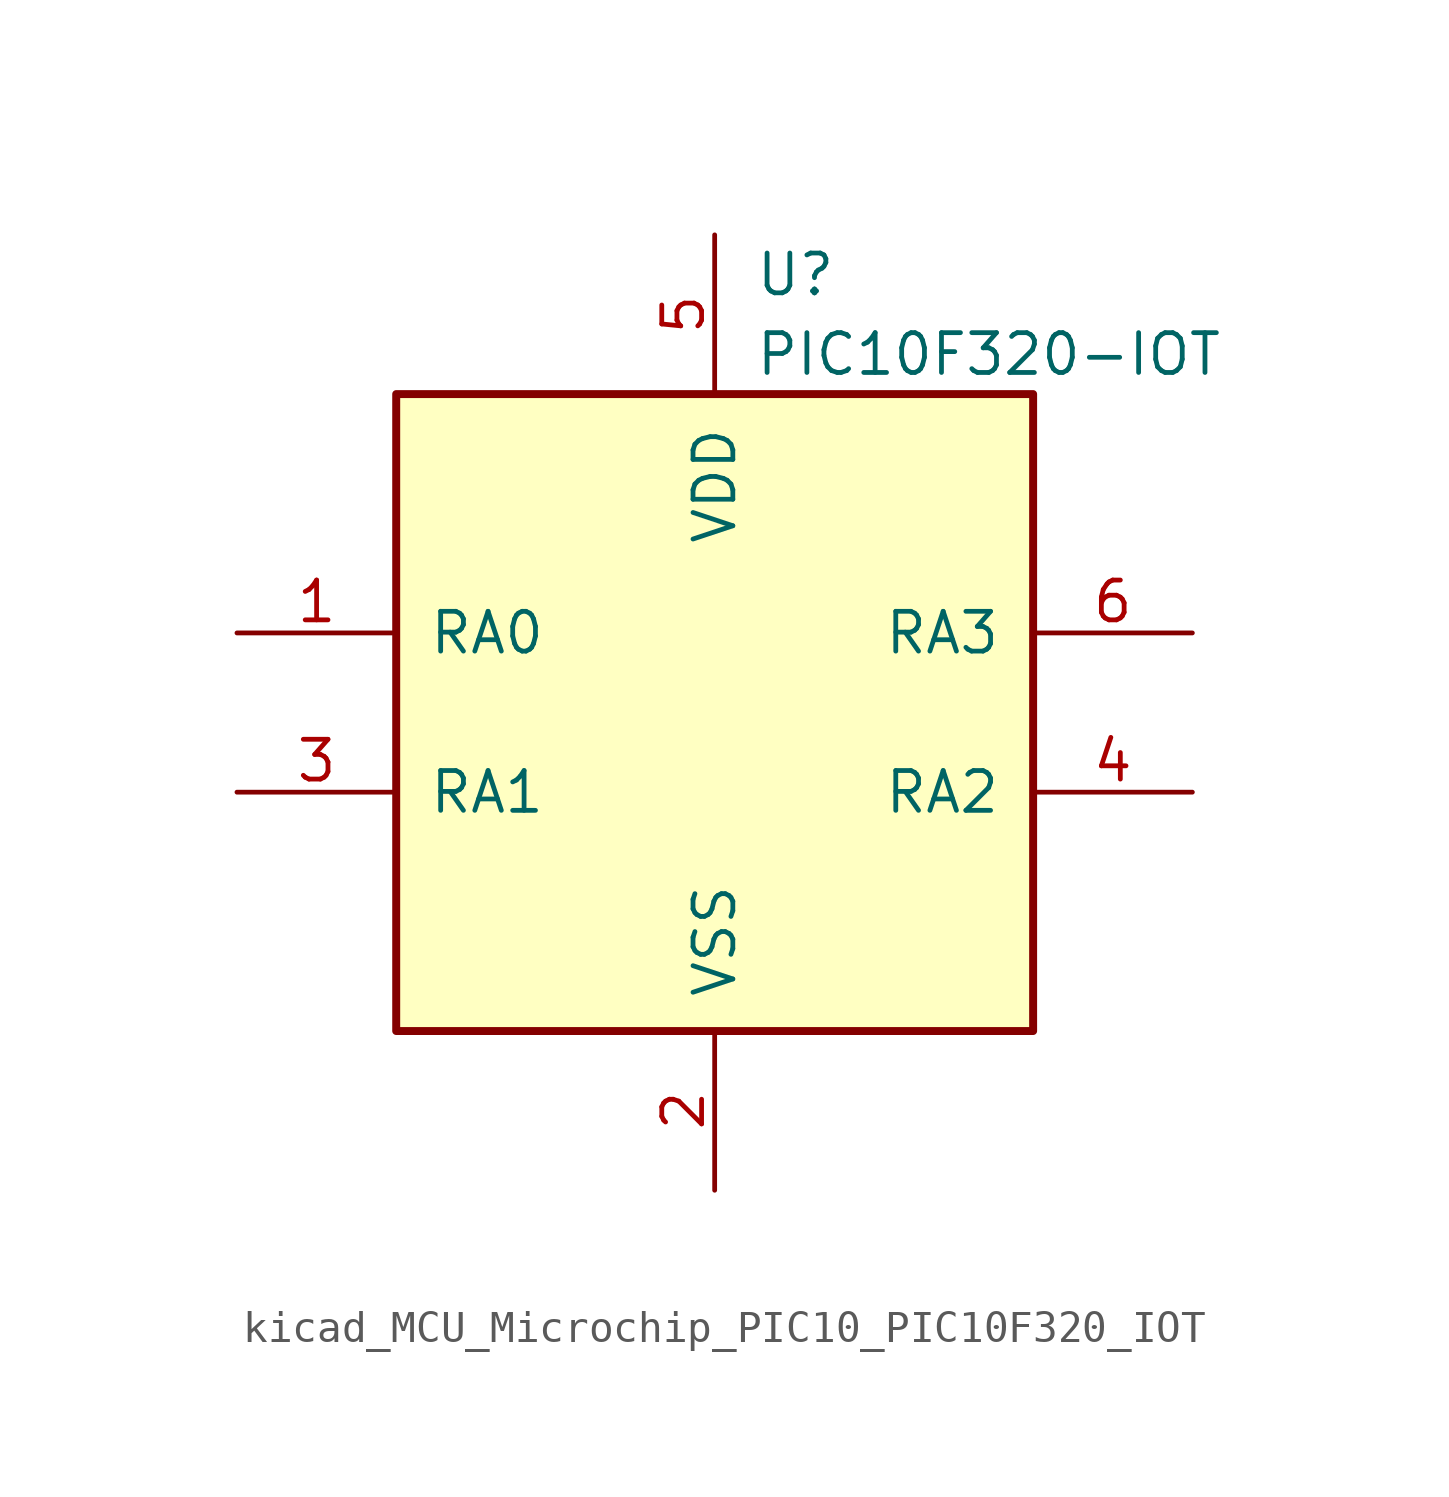
<source format=kicad_sym>
(kicad_symbol_lib
  (version 20220914)
  (generator kicad_symbol_editor)
  (symbol "kicad_MCU_Microchip_PIC10_PIC10F320_IOT"
    (pin_names
      (offset 1.016))
    (property "Reference" "U"
      (at 1.27 13.97 0)
      (effects (font (size 1.27 1.27)) (justify left)))
    (property "Value" "PIC10F320-IOT"
      (at 1.27 11.43 0)
      (effects (font (size 1.27 1.27)) (justify left)))
    (symbol "kicad_MCU_Microchip_PIC10_PIC10F320_IOT_0_1"
      (rectangle (start -10.16 10.16) (end 10.16 -10.16) (stroke (width 0.254) (type default)) (fill (type background))))
    (symbol "kicad_MCU_Microchip_PIC10_PIC10F320_IOT_1_1"
      (pin bidirectional line (at -15.24 2.54 0) (length 5.08) (name "RA0" (effects (font (size 1.27 1.27)))) (number "1" (effects (font (size 1.27 1.27)))))
      (pin power_in line (at 0 -15.24 90) (length 5.08) (name "VSS" (effects (font (size 1.27 1.27)))) (number "2" (effects (font (size 1.27 1.27)))))
      (pin bidirectional line (at -15.24 -2.54 0) (length 5.08) (name "RA1" (effects (font (size 1.27 1.27)))) (number "3" (effects (font (size 1.27 1.27)))))
      (pin bidirectional line (at 15.24 -2.54 180) (length 5.08) (name "RA2" (effects (font (size 1.27 1.27)))) (number "4" (effects (font (size 1.27 1.27)))))
      (pin power_in line (at 0 15.24 270) (length 5.08) (name "VDD" (effects (font (size 1.27 1.27)))) (number "5" (effects (font (size 1.27 1.27)))))
      (pin input line (at 15.24 2.54 180) (length 5.08) (name "RA3" (effects (font (size 1.27 1.27)))) (number "6" (effects (font (size 1.27 1.27))))))))
</source>
